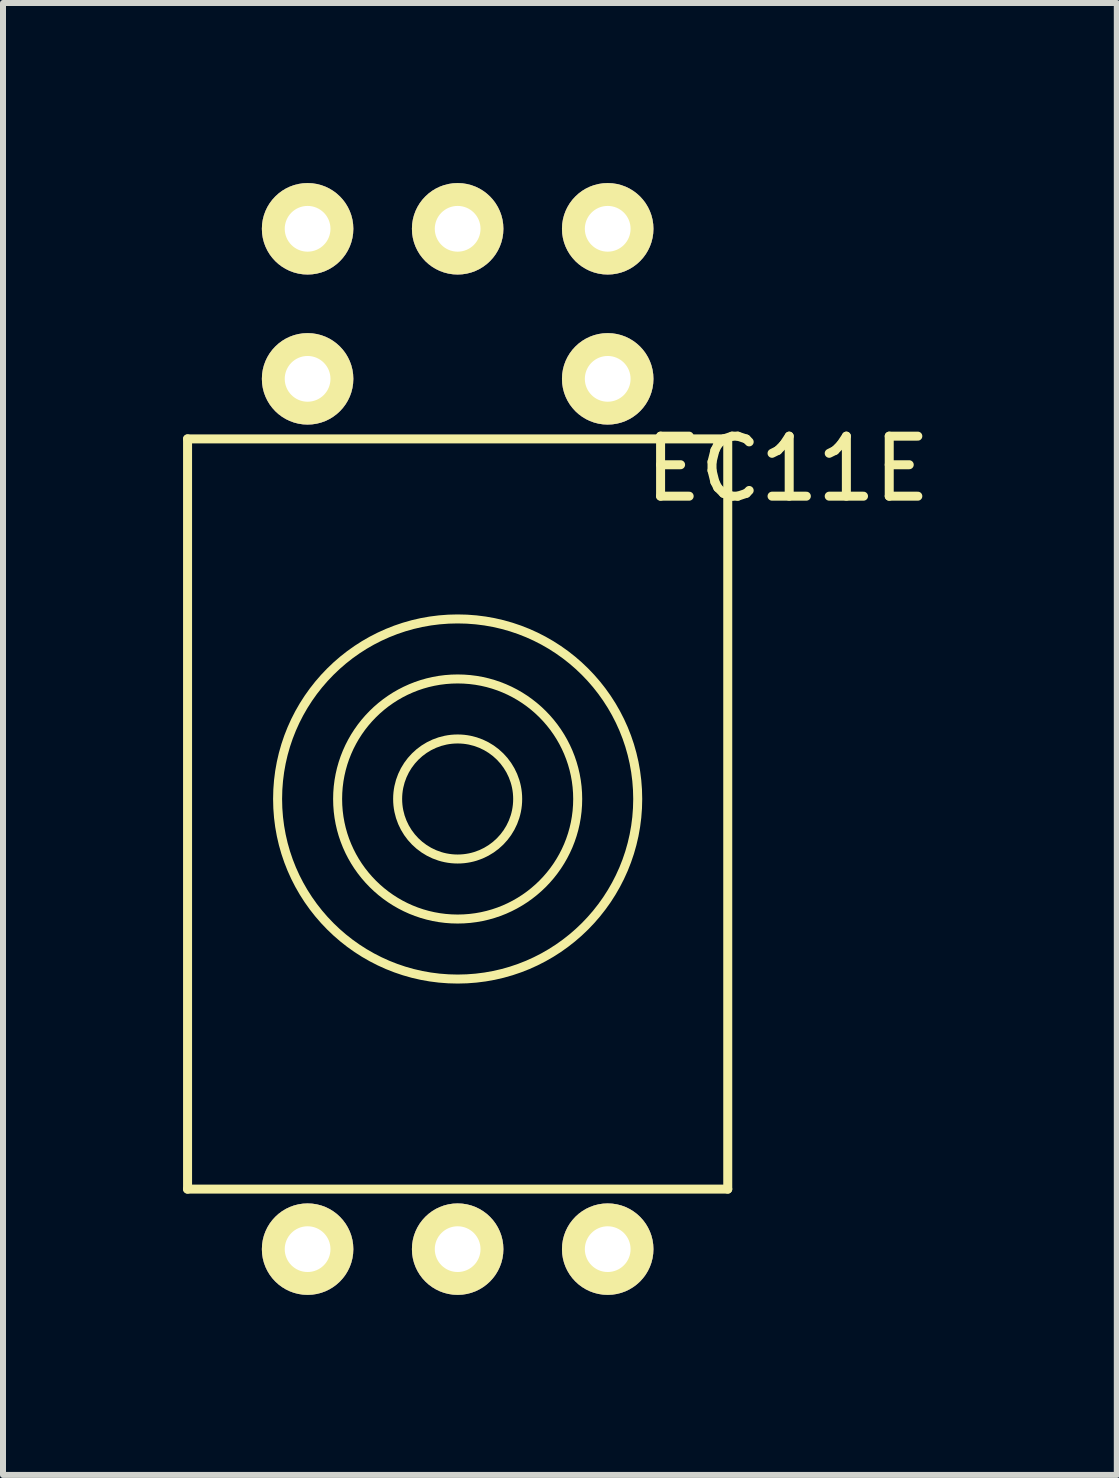
<source format=kicad_pcb>
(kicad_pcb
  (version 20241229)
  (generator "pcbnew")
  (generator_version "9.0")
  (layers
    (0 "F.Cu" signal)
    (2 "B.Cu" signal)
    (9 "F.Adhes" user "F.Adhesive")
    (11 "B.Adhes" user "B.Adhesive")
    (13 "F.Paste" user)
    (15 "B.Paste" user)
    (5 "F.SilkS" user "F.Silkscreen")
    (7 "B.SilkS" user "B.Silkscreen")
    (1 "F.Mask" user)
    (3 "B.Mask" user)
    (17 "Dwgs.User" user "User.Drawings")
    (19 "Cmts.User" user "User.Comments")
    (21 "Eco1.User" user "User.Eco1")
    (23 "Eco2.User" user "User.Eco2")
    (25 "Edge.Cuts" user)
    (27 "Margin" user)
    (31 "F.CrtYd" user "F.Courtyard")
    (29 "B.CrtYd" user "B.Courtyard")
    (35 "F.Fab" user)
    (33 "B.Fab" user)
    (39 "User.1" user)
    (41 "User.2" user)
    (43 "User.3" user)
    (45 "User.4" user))
  (footprint "EC11E"
    (layer "F.Cu")
    (at 4.575 10.262)
    (property "Reference" "EC11E" (at 5.5 -5.5 0) (layer "F.SilkS") (effects (font (size 1 1) (thickness 0.15))))
    (attr through_hole)
    (fp_line (start -4.5 -6) (end 4.5 -6) (stroke (width 0.15) (type solid)) (layer "F.SilkS"))
    (fp_line (start -4.5 6.5) (end -4.5 -6) (stroke (width 0.15) (type solid)) (layer "F.SilkS"))
    (fp_line (start 4.5 -6) (end 4.5 6.5) (stroke (width 0.15) (type solid)) (layer "F.SilkS"))
    (fp_line (start 4.5 6.5) (end -4.5 6.5) (stroke (width 0.15) (type solid)) (layer "F.SilkS"))
    (fp_circle (center 0 0) (end 1 0) (stroke (width 0.15) (type solid)) (fill no) (layer "F.SilkS"))
    (fp_circle (center 0 0) (end 2 0) (stroke (width 0.15) (type solid)) (fill no) (layer "F.SilkS"))
    (fp_circle (center 0 0) (end 3 0) (stroke (width 0.15) (type solid)) (fill no) (layer "F.SilkS"))
    (pad "1" thru_hole circle (at -2.5 7.5) (size 1.524 1.524) (drill 0.762) (layers "*.Cu" "*.Mask" "F.SilkS"))
    (pad "2" thru_hole circle (at 0 7.5) (size 1.524 1.524) (drill 0.762) (layers "*.Cu" "*.Mask" "F.SilkS"))
    (pad "3" thru_hole circle (at 2.5 7.5) (size 1.524 1.524) (drill 0.762) (layers "*.Cu" "*.Mask" "F.SilkS"))
    (pad "4" thru_hole circle (at 2.5 -9.5) (size 1.524 1.524) (drill 0.762) (layers "*.Cu" "*.Mask" "F.SilkS"))
    (pad "5" thru_hole circle (at 0 -9.5) (size 1.524 1.524) (drill 0.762) (layers "*.Cu" "*.Mask" "F.SilkS"))
    (pad "6" thru_hole circle (at -2.5 -9.5) (size 1.524 1.524) (drill 0.762) (layers "*.Cu" "*.Mask" "F.SilkS"))
    (pad "7" thru_hole circle (at 2.5 -7) (size 1.524 1.524) (drill 0.762) (layers "*.Cu" "*.Mask" "F.SilkS"))
    (pad "8" thru_hole circle (at -2.5 -7) (size 1.524 1.524) (drill 0.762) (layers "*.Cu" "*.Mask" "F.SilkS")))
  (gr_rect
    (start -3 -3)
    (end 15.557 21.524)
    (stroke (width 0.1) (type default))
    (fill no)
    (layer "Edge.Cuts")))
</source>
